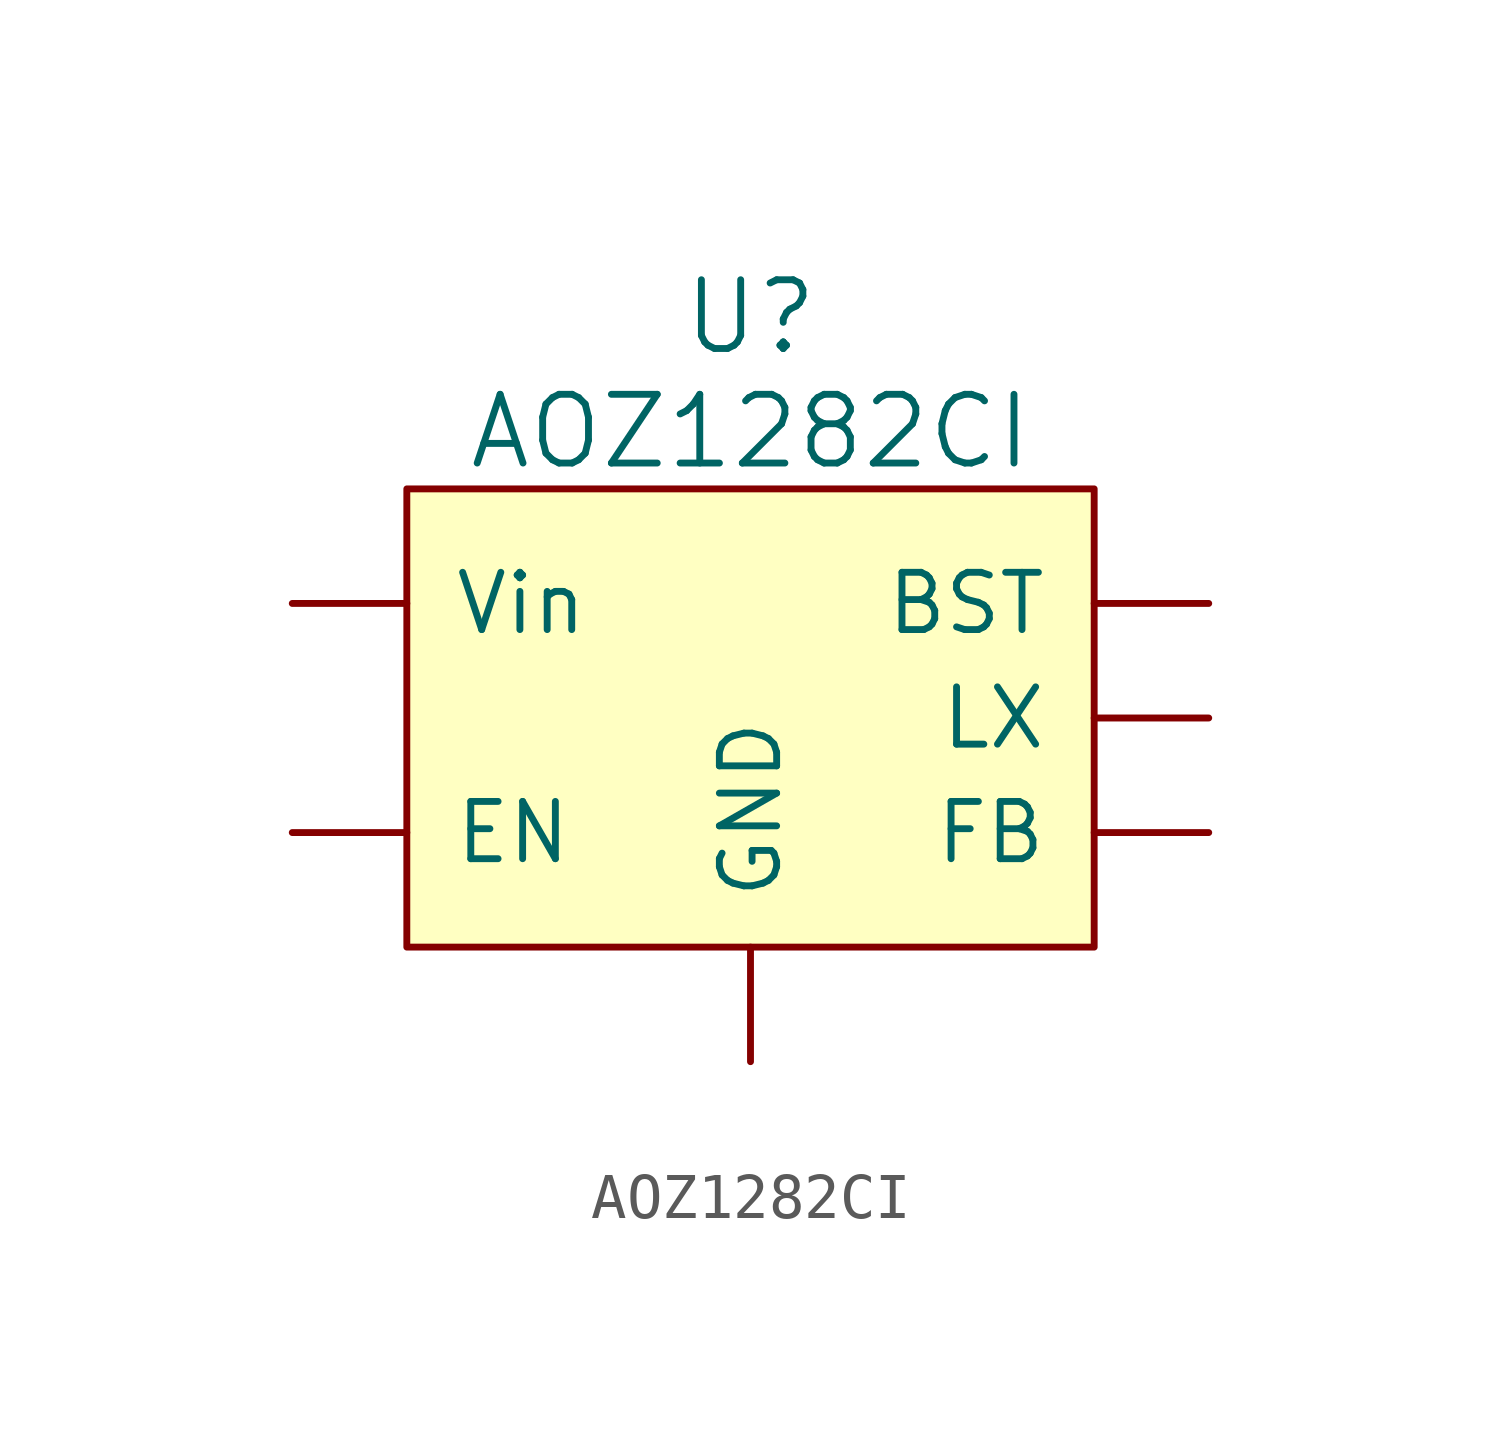
<source format=kicad_sym>
(kicad_symbol_lib
  (version 20220914)
  (generator kicad_symbol_editor)
  (symbol "AOZ1282CI"
    (pin_numbers hide)
    (pin_names
      (offset 1.016))
    (property "Reference" "U"
      (at 0 8.89 0)
      (effects (font (size 1.524 1.524))))
    (property "Value" "AOZ1282CI"
      (at 0 6.35 0)
      (effects (font (size 1.524 1.524))))
    (symbol "AOZ1282CI_0_1"
      (rectangle (start -7.62 5.08) (end 7.62 -5.08) (stroke (width 0) (type default)) (fill (type background))))
    (symbol "AOZ1282CI_1_1"
      (pin output line (at 10.16 2.54 180) (length 2.54) (name "BST" (effects (font (size 1.27 1.27)))) (number "1" (effects (font (size 1.27 1.27)))))
      (pin input line (at 0 -7.62 90) (length 2.54) (name "GND" (effects (font (size 1.27 1.27)))) (number "2" (effects (font (size 1.27 1.27)))))
      (pin output line (at 10.16 -2.54 180) (length 2.54) (name "FB" (effects (font (size 1.27 1.27)))) (number "3" (effects (font (size 1.27 1.27)))))
      (pin input line (at -10.16 -2.54 0) (length 2.54) (name "EN" (effects (font (size 1.27 1.27)))) (number "4" (effects (font (size 1.27 1.27)))))
      (pin input line (at -10.16 2.54 0) (length 2.54) (name "Vin" (effects (font (size 1.27 1.27)))) (number "5" (effects (font (size 1.27 1.27)))))
      (pin output line (at 10.16 0 180) (length 2.54) (name "LX" (effects (font (size 1.27 1.27)))) (number "6" (effects (font (size 1.27 1.27))))))))
</source>
